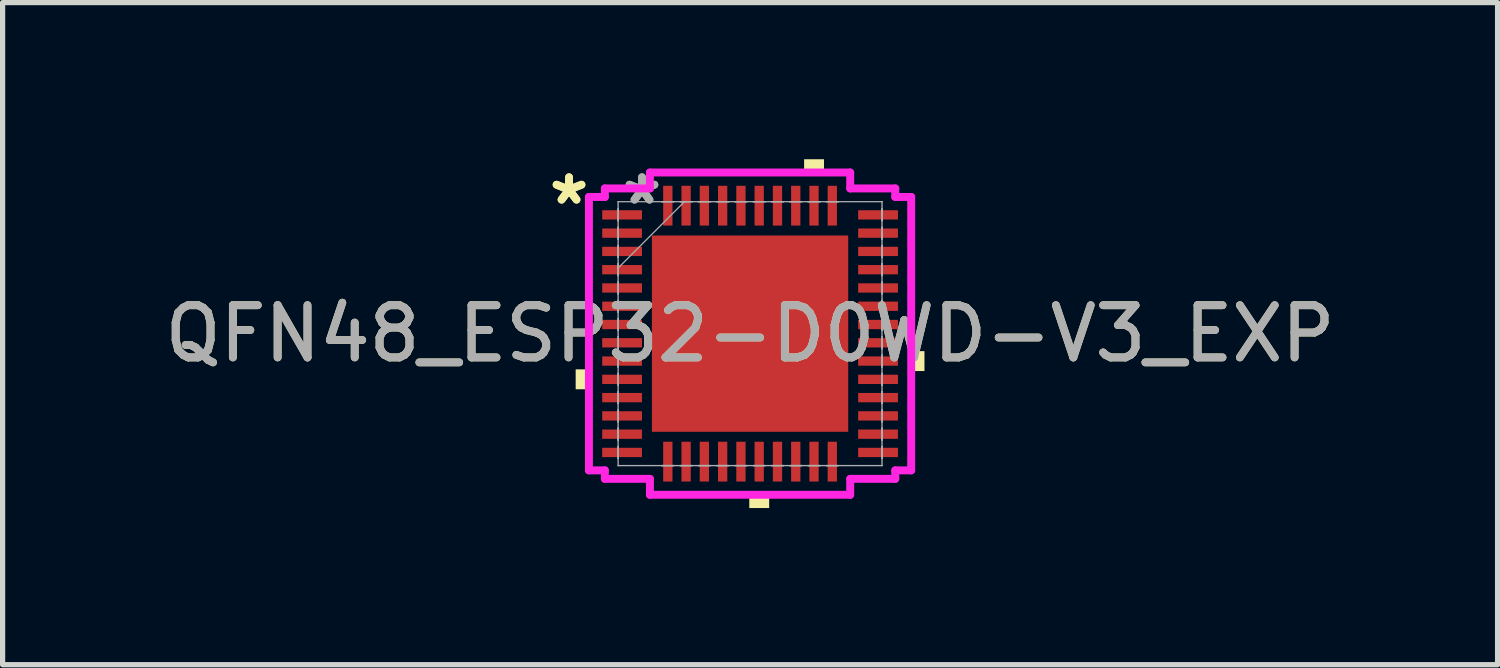
<source format=kicad_pcb>
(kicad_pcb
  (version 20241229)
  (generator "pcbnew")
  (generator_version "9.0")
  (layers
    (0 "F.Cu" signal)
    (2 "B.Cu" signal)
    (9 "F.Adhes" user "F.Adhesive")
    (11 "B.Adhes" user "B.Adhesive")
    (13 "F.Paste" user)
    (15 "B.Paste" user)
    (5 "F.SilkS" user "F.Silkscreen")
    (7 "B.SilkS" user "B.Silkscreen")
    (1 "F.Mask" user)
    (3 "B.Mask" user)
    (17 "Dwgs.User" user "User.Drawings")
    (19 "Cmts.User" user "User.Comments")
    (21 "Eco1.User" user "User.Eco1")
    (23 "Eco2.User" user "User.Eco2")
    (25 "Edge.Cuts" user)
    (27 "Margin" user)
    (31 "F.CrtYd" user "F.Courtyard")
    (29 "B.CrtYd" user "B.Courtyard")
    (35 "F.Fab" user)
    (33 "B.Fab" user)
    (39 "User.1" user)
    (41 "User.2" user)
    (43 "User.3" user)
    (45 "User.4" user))
  (footprint "QFN48_ESP32-D0WD-V3_EXP"
    (layer "F.Cu")
    (at 11.315 3.34)
    (property "Reference" "QFN48_ESP32-D0WD-V3_EXP" (at 0 0 0) (unlocked yes) (layer "F.SilkS") (effects (font (size 1 1) (thickness 0.15))))
    (attr smd)
    (fp_poly (pts (xy -3.34 0.684) (xy -3.34 1.065) (xy -3.086 1.065) (xy -3.086 0.684)) (stroke (width 0) (type solid)) (fill yes) (layer "F.SilkS"))
    (fp_poly (pts (xy -0.015 3.086) (xy -0.015 3.34) (xy 0.366 3.34) (xy 0.366 3.086)) (stroke (width 0) (type solid)) (fill yes) (layer "F.SilkS"))
    (fp_poly (pts (xy 1.035 -3.086) (xy 1.035 -3.34) (xy 1.416 -3.34) (xy 1.416 -3.086)) (stroke (width 0) (type solid)) (fill yes) (layer "F.SilkS"))
    (fp_poly (pts (xy 3.34 0.335) (xy 3.34 0.716) (xy 3.086 0.716) (xy 3.086 0.335)) (stroke (width 0) (type solid)) (fill yes) (layer "F.SilkS"))
    (fp_poly (pts (xy -1.78 -1.78) (xy -1.78 -0.1) (xy -0.1 -0.1) (xy -0.1 -1.78)) (stroke (width 0) (type solid)) (fill yes) (layer "F.Paste"))
    (fp_poly (pts (xy -1.78 0.1) (xy -1.78 1.78) (xy -0.1 1.78) (xy -0.1 0.1)) (stroke (width 0) (type solid)) (fill yes) (layer "F.Paste"))
    (fp_poly (pts (xy 0.1 -1.78) (xy 0.1 -0.1) (xy 1.78 -0.1) (xy 1.78 -1.78)) (stroke (width 0) (type solid)) (fill yes) (layer "F.Paste"))
    (fp_poly (pts (xy 0.1 0.1) (xy 0.1 1.78) (xy 1.78 1.78) (xy 1.78 0.1)) (stroke (width 0) (type solid)) (fill yes) (layer "F.Paste"))
    (fp_line (start -3.086 -2.618) (end -2.781 -2.618) (stroke (width 0.152) (type solid)) (layer "F.CrtYd"))
    (fp_line (start -3.086 2.618) (end -3.086 -2.618) (stroke (width 0.152) (type solid)) (layer "F.CrtYd"))
    (fp_line (start -2.781 -2.781) (end -1.918 -2.781) (stroke (width 0.152) (type solid)) (layer "F.CrtYd"))
    (fp_line (start -2.781 -2.618) (end -2.781 -2.781) (stroke (width 0.152) (type solid)) (layer "F.CrtYd"))
    (fp_line (start -2.781 2.618) (end -3.086 2.618) (stroke (width 0.152) (type solid)) (layer "F.CrtYd"))
    (fp_line (start -2.781 2.781) (end -2.781 2.618) (stroke (width 0.152) (type solid)) (layer "F.CrtYd"))
    (fp_line (start -1.918 -3.086) (end 1.918 -3.086) (stroke (width 0.152) (type solid)) (layer "F.CrtYd"))
    (fp_line (start -1.918 -2.781) (end -1.918 -3.086) (stroke (width 0.152) (type solid)) (layer "F.CrtYd"))
    (fp_line (start -1.918 2.781) (end -2.781 2.781) (stroke (width 0.152) (type solid)) (layer "F.CrtYd"))
    (fp_line (start -1.918 3.086) (end -1.918 2.781) (stroke (width 0.152) (type solid)) (layer "F.CrtYd"))
    (fp_line (start 1.918 -3.086) (end 1.918 -2.781) (stroke (width 0.152) (type solid)) (layer "F.CrtYd"))
    (fp_line (start 1.918 -2.781) (end 2.781 -2.781) (stroke (width 0.152) (type solid)) (layer "F.CrtYd"))
    (fp_line (start 1.918 2.781) (end 1.918 3.086) (stroke (width 0.152) (type solid)) (layer "F.CrtYd"))
    (fp_line (start 1.918 3.086) (end -1.918 3.086) (stroke (width 0.152) (type solid)) (layer "F.CrtYd"))
    (fp_line (start 2.781 -2.781) (end 2.781 -2.618) (stroke (width 0.152) (type solid)) (layer "F.CrtYd"))
    (fp_line (start 2.781 -2.618) (end 3.086 -2.618) (stroke (width 0.152) (type solid)) (layer "F.CrtYd"))
    (fp_line (start 2.781 2.618) (end 2.781 2.781) (stroke (width 0.152) (type solid)) (layer "F.CrtYd"))
    (fp_line (start 2.781 2.781) (end 1.918 2.781) (stroke (width 0.152) (type solid)) (layer "F.CrtYd"))
    (fp_line (start 3.086 -2.618) (end 3.086 2.618) (stroke (width 0.152) (type solid)) (layer "F.CrtYd"))
    (fp_line (start 3.086 2.618) (end 2.781 2.618) (stroke (width 0.152) (type solid)) (layer "F.CrtYd"))
    (fp_line (start -2.527 -2.527) (end -2.527 -2.527) (stroke (width 0.025) (type solid)) (layer "F.Fab"))
    (fp_line (start -2.527 -2.527) (end -2.527 2.527) (stroke (width 0.025) (type solid)) (layer "F.Fab"))
    (fp_line (start -2.527 -2.389) (end -2.527 -2.389) (stroke (width 0.025) (type solid)) (layer "F.Fab"))
    (fp_line (start -2.527 -2.389) (end -2.527 -2.161) (stroke (width 0.025) (type solid)) (layer "F.Fab"))
    (fp_line (start -2.527 -2.161) (end -2.527 -2.389) (stroke (width 0.025) (type solid)) (layer "F.Fab"))
    (fp_line (start -2.527 -2.161) (end -2.527 -2.161) (stroke (width 0.025) (type solid)) (layer "F.Fab"))
    (fp_line (start -2.527 -2.039) (end -2.527 -2.039) (stroke (width 0.025) (type solid)) (layer "F.Fab"))
    (fp_line (start -2.527 -2.039) (end -2.527 -1.811) (stroke (width 0.025) (type solid)) (layer "F.Fab"))
    (fp_line (start -2.527 -1.811) (end -2.527 -2.039) (stroke (width 0.025) (type solid)) (layer "F.Fab"))
    (fp_line (start -2.527 -1.811) (end -2.527 -1.811) (stroke (width 0.025) (type solid)) (layer "F.Fab"))
    (fp_line (start -2.527 -1.689) (end -2.527 -1.689) (stroke (width 0.025) (type solid)) (layer "F.Fab"))
    (fp_line (start -2.527 -1.689) (end -2.527 -1.461) (stroke (width 0.025) (type solid)) (layer "F.Fab"))
    (fp_line (start -2.527 -1.461) (end -2.527 -1.689) (stroke (width 0.025) (type solid)) (layer "F.Fab"))
    (fp_line (start -2.527 -1.461) (end -2.527 -1.461) (stroke (width 0.025) (type solid)) (layer "F.Fab"))
    (fp_line (start -2.527 -1.339) (end -2.527 -1.339) (stroke (width 0.025) (type solid)) (layer "F.Fab"))
    (fp_line (start -2.527 -1.339) (end -2.527 -1.111) (stroke (width 0.025) (type solid)) (layer "F.Fab"))
    (fp_line (start -2.527 -1.257) (end -1.257 -2.527) (stroke (width 0.025) (type solid)) (layer "F.Fab"))
    (fp_line (start -2.527 -1.111) (end -2.527 -1.339) (stroke (width 0.025) (type solid)) (layer "F.Fab"))
    (fp_line (start -2.527 -1.111) (end -2.527 -1.111) (stroke (width 0.025) (type solid)) (layer "F.Fab"))
    (fp_line (start -2.527 -0.989) (end -2.527 -0.989) (stroke (width 0.025) (type solid)) (layer "F.Fab"))
    (fp_line (start -2.527 -0.989) (end -2.527 -0.761) (stroke (width 0.025) (type solid)) (layer "F.Fab"))
    (fp_line (start -2.527 -0.761) (end -2.527 -0.989) (stroke (width 0.025) (type solid)) (layer "F.Fab"))
    (fp_line (start -2.527 -0.761) (end -2.527 -0.761) (stroke (width 0.025) (type solid)) (layer "F.Fab"))
    (fp_line (start -2.527 -0.639) (end -2.527 -0.639) (stroke (width 0.025) (type solid)) (layer "F.Fab"))
    (fp_line (start -2.527 -0.639) (end -2.527 -0.411) (stroke (width 0.025) (type solid)) (layer "F.Fab"))
    (fp_line (start -2.527 -0.411) (end -2.527 -0.639) (stroke (width 0.025) (type solid)) (layer "F.Fab"))
    (fp_line (start -2.527 -0.411) (end -2.527 -0.411) (stroke (width 0.025) (type solid)) (layer "F.Fab"))
    (fp_line (start -2.527 -0.289) (end -2.527 -0.289) (stroke (width 0.025) (type solid)) (layer "F.Fab"))
    (fp_line (start -2.527 -0.289) (end -2.527 -0.061) (stroke (width 0.025) (type solid)) (layer "F.Fab"))
    (fp_line (start -2.527 -0.061) (end -2.527 -0.289) (stroke (width 0.025) (type solid)) (layer "F.Fab"))
    (fp_line (start -2.527 -0.061) (end -2.527 -0.061) (stroke (width 0.025) (type solid)) (layer "F.Fab"))
    (fp_line (start -2.527 0.061) (end -2.527 0.061) (stroke (width 0.025) (type solid)) (layer "F.Fab"))
    (fp_line (start -2.527 0.061) (end -2.527 0.289) (stroke (width 0.025) (type solid)) (layer "F.Fab"))
    (fp_line (start -2.527 0.289) (end -2.527 0.061) (stroke (width 0.025) (type solid)) (layer "F.Fab"))
    (fp_line (start -2.527 0.289) (end -2.527 0.289) (stroke (width 0.025) (type solid)) (layer "F.Fab"))
    (fp_line (start -2.527 0.411) (end -2.527 0.411) (stroke (width 0.025) (type solid)) (layer "F.Fab"))
    (fp_line (start -2.527 0.411) (end -2.527 0.639) (stroke (width 0.025) (type solid)) (layer "F.Fab"))
    (fp_line (start -2.527 0.639) (end -2.527 0.411) (stroke (width 0.025) (type solid)) (layer "F.Fab"))
    (fp_line (start -2.527 0.639) (end -2.527 0.639) (stroke (width 0.025) (type solid)) (layer "F.Fab"))
    (fp_line (start -2.527 0.761) (end -2.527 0.761) (stroke (width 0.025) (type solid)) (layer "F.Fab"))
    (fp_line (start -2.527 0.761) (end -2.527 0.989) (stroke (width 0.025) (type solid)) (layer "F.Fab"))
    (fp_line (start -2.527 0.989) (end -2.527 0.761) (stroke (width 0.025) (type solid)) (layer "F.Fab"))
    (fp_line (start -2.527 0.989) (end -2.527 0.989) (stroke (width 0.025) (type solid)) (layer "F.Fab"))
    (fp_line (start -2.527 1.111) (end -2.527 1.111) (stroke (width 0.025) (type solid)) (layer "F.Fab"))
    (fp_line (start -2.527 1.111) (end -2.527 1.339) (stroke (width 0.025) (type solid)) (layer "F.Fab"))
    (fp_line (start -2.527 1.339) (end -2.527 1.111) (stroke (width 0.025) (type solid)) (layer "F.Fab"))
    (fp_line (start -2.527 1.339) (end -2.527 1.339) (stroke (width 0.025) (type solid)) (layer "F.Fab"))
    (fp_line (start -2.527 1.461) (end -2.527 1.461) (stroke (width 0.025) (type solid)) (layer "F.Fab"))
    (fp_line (start -2.527 1.461) (end -2.527 1.689) (stroke (width 0.025) (type solid)) (layer "F.Fab"))
    (fp_line (start -2.527 1.689) (end -2.527 1.461) (stroke (width 0.025) (type solid)) (layer "F.Fab"))
    (fp_line (start -2.527 1.689) (end -2.527 1.689) (stroke (width 0.025) (type solid)) (layer "F.Fab"))
    (fp_line (start -2.527 1.811) (end -2.527 1.811) (stroke (width 0.025) (type solid)) (layer "F.Fab"))
    (fp_line (start -2.527 1.811) (end -2.527 2.039) (stroke (width 0.025) (type solid)) (layer "F.Fab"))
    (fp_line (start -2.527 2.039) (end -2.527 1.811) (stroke (width 0.025) (type solid)) (layer "F.Fab"))
    (fp_line (start -2.527 2.039) (end -2.527 2.039) (stroke (width 0.025) (type solid)) (layer "F.Fab"))
    (fp_line (start -2.527 2.161) (end -2.527 2.161) (stroke (width 0.025) (type solid)) (layer "F.Fab"))
    (fp_line (start -2.527 2.161) (end -2.527 2.389) (stroke (width 0.025) (type solid)) (layer "F.Fab"))
    (fp_line (start -2.527 2.389) (end -2.527 2.161) (stroke (width 0.025) (type solid)) (layer "F.Fab"))
    (fp_line (start -2.527 2.389) (end -2.527 2.389) (stroke (width 0.025) (type solid)) (layer "F.Fab"))
    (fp_line (start -2.527 2.527) (end -2.527 2.527) (stroke (width 0.025) (type solid)) (layer "F.Fab"))
    (fp_line (start -2.527 2.527) (end 2.527 2.527) (stroke (width 0.025) (type solid)) (layer "F.Fab"))
    (fp_line (start -1.689 -2.527) (end -1.689 -2.527) (stroke (width 0.025) (type solid)) (layer "F.Fab"))
    (fp_line (start -1.689 -2.527) (end -1.461 -2.527) (stroke (width 0.025) (type solid)) (layer "F.Fab"))
    (fp_line (start -1.689 2.527) (end -1.689 2.527) (stroke (width 0.025) (type solid)) (layer "F.Fab"))
    (fp_line (start -1.689 2.527) (end -1.461 2.527) (stroke (width 0.025) (type solid)) (layer "F.Fab"))
    (fp_line (start -1.461 -2.527) (end -1.689 -2.527) (stroke (width 0.025) (type solid)) (layer "F.Fab"))
    (fp_line (start -1.461 -2.527) (end -1.461 -2.527) (stroke (width 0.025) (type solid)) (layer "F.Fab"))
    (fp_line (start -1.461 2.527) (end -1.689 2.527) (stroke (width 0.025) (type solid)) (layer "F.Fab"))
    (fp_line (start -1.461 2.527) (end -1.461 2.527) (stroke (width 0.025) (type solid)) (layer "F.Fab"))
    (fp_line (start -1.339 -2.527) (end -1.339 -2.527) (stroke (width 0.025) (type solid)) (layer "F.Fab"))
    (fp_line (start -1.339 -2.527) (end -1.111 -2.527) (stroke (width 0.025) (type solid)) (layer "F.Fab"))
    (fp_line (start -1.339 2.527) (end -1.339 2.527) (stroke (width 0.025) (type solid)) (layer "F.Fab"))
    (fp_line (start -1.339 2.527) (end -1.111 2.527) (stroke (width 0.025) (type solid)) (layer "F.Fab"))
    (fp_line (start -1.111 -2.527) (end -1.339 -2.527) (stroke (width 0.025) (type solid)) (layer "F.Fab"))
    (fp_line (start -1.111 -2.527) (end -1.111 -2.527) (stroke (width 0.025) (type solid)) (layer "F.Fab"))
    (fp_line (start -1.111 2.527) (end -1.339 2.527) (stroke (width 0.025) (type solid)) (layer "F.Fab"))
    (fp_line (start -1.111 2.527) (end -1.111 2.527) (stroke (width 0.025) (type solid)) (layer "F.Fab"))
    (fp_line (start -0.989 -2.527) (end -0.989 -2.527) (stroke (width 0.025) (type solid)) (layer "F.Fab"))
    (fp_line (start -0.989 -2.527) (end -0.761 -2.527) (stroke (width 0.025) (type solid)) (layer "F.Fab"))
    (fp_line (start -0.989 2.527) (end -0.989 2.527) (stroke (width 0.025) (type solid)) (layer "F.Fab"))
    (fp_line (start -0.989 2.527) (end -0.761 2.527) (stroke (width 0.025) (type solid)) (layer "F.Fab"))
    (fp_line (start -0.761 -2.527) (end -0.989 -2.527) (stroke (width 0.025) (type solid)) (layer "F.Fab"))
    (fp_line (start -0.761 -2.527) (end -0.761 -2.527) (stroke (width 0.025) (type solid)) (layer "F.Fab"))
    (fp_line (start -0.761 2.527) (end -0.989 2.527) (stroke (width 0.025) (type solid)) (layer "F.Fab"))
    (fp_line (start -0.761 2.527) (end -0.761 2.527) (stroke (width 0.025) (type solid)) (layer "F.Fab"))
    (fp_line (start -0.639 -2.527) (end -0.639 -2.527) (stroke (width 0.025) (type solid)) (layer "F.Fab"))
    (fp_line (start -0.639 -2.527) (end -0.411 -2.527) (stroke (width 0.025) (type solid)) (layer "F.Fab"))
    (fp_line (start -0.639 2.527) (end -0.639 2.527) (stroke (width 0.025) (type solid)) (layer "F.Fab"))
    (fp_line (start -0.639 2.527) (end -0.411 2.527) (stroke (width 0.025) (type solid)) (layer "F.Fab"))
    (fp_line (start -0.411 -2.527) (end -0.639 -2.527) (stroke (width 0.025) (type solid)) (layer "F.Fab"))
    (fp_line (start -0.411 -2.527) (end -0.411 -2.527) (stroke (width 0.025) (type solid)) (layer "F.Fab"))
    (fp_line (start -0.411 2.527) (end -0.639 2.527) (stroke (width 0.025) (type solid)) (layer "F.Fab"))
    (fp_line (start -0.411 2.527) (end -0.411 2.527) (stroke (width 0.025) (type solid)) (layer "F.Fab"))
    (fp_line (start -0.289 -2.527) (end -0.289 -2.527) (stroke (width 0.025) (type solid)) (layer "F.Fab"))
    (fp_line (start -0.289 -2.527) (end -0.061 -2.527) (stroke (width 0.025) (type solid)) (layer "F.Fab"))
    (fp_line (start -0.289 2.527) (end -0.289 2.527) (stroke (width 0.025) (type solid)) (layer "F.Fab"))
    (fp_line (start -0.289 2.527) (end -0.061 2.527) (stroke (width 0.025) (type solid)) (layer "F.Fab"))
    (fp_line (start -0.061 -2.527) (end -0.289 -2.527) (stroke (width 0.025) (type solid)) (layer "F.Fab"))
    (fp_line (start -0.061 -2.527) (end -0.061 -2.527) (stroke (width 0.025) (type solid)) (layer "F.Fab"))
    (fp_line (start -0.061 2.527) (end -0.289 2.527) (stroke (width 0.025) (type solid)) (layer "F.Fab"))
    (fp_line (start -0.061 2.527) (end -0.061 2.527) (stroke (width 0.025) (type solid)) (layer "F.Fab"))
    (fp_line (start 0.061 -2.527) (end 0.061 -2.527) (stroke (width 0.025) (type solid)) (layer "F.Fab"))
    (fp_line (start 0.061 -2.527) (end 0.289 -2.527) (stroke (width 0.025) (type solid)) (layer "F.Fab"))
    (fp_line (start 0.061 2.527) (end 0.061 2.527) (stroke (width 0.025) (type solid)) (layer "F.Fab"))
    (fp_line (start 0.061 2.527) (end 0.289 2.527) (stroke (width 0.025) (type solid)) (layer "F.Fab"))
    (fp_line (start 0.289 -2.527) (end 0.061 -2.527) (stroke (width 0.025) (type solid)) (layer "F.Fab"))
    (fp_line (start 0.289 -2.527) (end 0.289 -2.527) (stroke (width 0.025) (type solid)) (layer "F.Fab"))
    (fp_line (start 0.289 2.527) (end 0.061 2.527) (stroke (width 0.025) (type solid)) (layer "F.Fab"))
    (fp_line (start 0.289 2.527) (end 0.289 2.527) (stroke (width 0.025) (type solid)) (layer "F.Fab"))
    (fp_line (start 0.411 -2.527) (end 0.411 -2.527) (stroke (width 0.025) (type solid)) (layer "F.Fab"))
    (fp_line (start 0.411 -2.527) (end 0.639 -2.527) (stroke (width 0.025) (type solid)) (layer "F.Fab"))
    (fp_line (start 0.411 2.527) (end 0.411 2.527) (stroke (width 0.025) (type solid)) (layer "F.Fab"))
    (fp_line (start 0.411 2.527) (end 0.639 2.527) (stroke (width 0.025) (type solid)) (layer "F.Fab"))
    (fp_line (start 0.639 -2.527) (end 0.411 -2.527) (stroke (width 0.025) (type solid)) (layer "F.Fab"))
    (fp_line (start 0.639 -2.527) (end 0.639 -2.527) (stroke (width 0.025) (type solid)) (layer "F.Fab"))
    (fp_line (start 0.639 2.527) (end 0.411 2.527) (stroke (width 0.025) (type solid)) (layer "F.Fab"))
    (fp_line (start 0.639 2.527) (end 0.639 2.527) (stroke (width 0.025) (type solid)) (layer "F.Fab"))
    (fp_line (start 0.761 -2.527) (end 0.761 -2.527) (stroke (width 0.025) (type solid)) (layer "F.Fab"))
    (fp_line (start 0.761 -2.527) (end 0.989 -2.527) (stroke (width 0.025) (type solid)) (layer "F.Fab"))
    (fp_line (start 0.761 2.527) (end 0.761 2.527) (stroke (width 0.025) (type solid)) (layer "F.Fab"))
    (fp_line (start 0.761 2.527) (end 0.989 2.527) (stroke (width 0.025) (type solid)) (layer "F.Fab"))
    (fp_line (start 0.989 -2.527) (end 0.761 -2.527) (stroke (width 0.025) (type solid)) (layer "F.Fab"))
    (fp_line (start 0.989 -2.527) (end 0.989 -2.527) (stroke (width 0.025) (type solid)) (layer "F.Fab"))
    (fp_line (start 0.989 2.527) (end 0.761 2.527) (stroke (width 0.025) (type solid)) (layer "F.Fab"))
    (fp_line (start 0.989 2.527) (end 0.989 2.527) (stroke (width 0.025) (type solid)) (layer "F.Fab"))
    (fp_line (start 1.111 -2.527) (end 1.111 -2.527) (stroke (width 0.025) (type solid)) (layer "F.Fab"))
    (fp_line (start 1.111 -2.527) (end 1.339 -2.527) (stroke (width 0.025) (type solid)) (layer "F.Fab"))
    (fp_line (start 1.111 2.527) (end 1.111 2.527) (stroke (width 0.025) (type solid)) (layer "F.Fab"))
    (fp_line (start 1.111 2.527) (end 1.339 2.527) (stroke (width 0.025) (type solid)) (layer "F.Fab"))
    (fp_line (start 1.339 -2.527) (end 1.111 -2.527) (stroke (width 0.025) (type solid)) (layer "F.Fab"))
    (fp_line (start 1.339 -2.527) (end 1.339 -2.527) (stroke (width 0.025) (type solid)) (layer "F.Fab"))
    (fp_line (start 1.339 2.527) (end 1.111 2.527) (stroke (width 0.025) (type solid)) (layer "F.Fab"))
    (fp_line (start 1.339 2.527) (end 1.339 2.527) (stroke (width 0.025) (type solid)) (layer "F.Fab"))
    (fp_line (start 1.461 -2.527) (end 1.461 -2.527) (stroke (width 0.025) (type solid)) (layer "F.Fab"))
    (fp_line (start 1.461 -2.527) (end 1.689 -2.527) (stroke (width 0.025) (type solid)) (layer "F.Fab"))
    (fp_line (start 1.461 2.527) (end 1.461 2.527) (stroke (width 0.025) (type solid)) (layer "F.Fab"))
    (fp_line (start 1.461 2.527) (end 1.689 2.527) (stroke (width 0.025) (type solid)) (layer "F.Fab"))
    (fp_line (start 1.689 -2.527) (end 1.461 -2.527) (stroke (width 0.025) (type solid)) (layer "F.Fab"))
    (fp_line (start 1.689 -2.527) (end 1.689 -2.527) (stroke (width 0.025) (type solid)) (layer "F.Fab"))
    (fp_line (start 1.689 2.527) (end 1.461 2.527) (stroke (width 0.025) (type solid)) (layer "F.Fab"))
    (fp_line (start 1.689 2.527) (end 1.689 2.527) (stroke (width 0.025) (type solid)) (layer "F.Fab"))
    (fp_line (start 2.527 -2.527) (end -2.527 -2.527) (stroke (width 0.025) (type solid)) (layer "F.Fab"))
    (fp_line (start 2.527 -2.527) (end 2.527 -2.527) (stroke (width 0.025) (type solid)) (layer "F.Fab"))
    (fp_line (start 2.527 -2.389) (end 2.527 -2.389) (stroke (width 0.025) (type solid)) (layer "F.Fab"))
    (fp_line (start 2.527 -2.389) (end 2.527 -2.161) (stroke (width 0.025) (type solid)) (layer "F.Fab"))
    (fp_line (start 2.527 -2.161) (end 2.527 -2.389) (stroke (width 0.025) (type solid)) (layer "F.Fab"))
    (fp_line (start 2.527 -2.161) (end 2.527 -2.161) (stroke (width 0.025) (type solid)) (layer "F.Fab"))
    (fp_line (start 2.527 -2.039) (end 2.527 -2.039) (stroke (width 0.025) (type solid)) (layer "F.Fab"))
    (fp_line (start 2.527 -2.039) (end 2.527 -1.811) (stroke (width 0.025) (type solid)) (layer "F.Fab"))
    (fp_line (start 2.527 -1.811) (end 2.527 -2.039) (stroke (width 0.025) (type solid)) (layer "F.Fab"))
    (fp_line (start 2.527 -1.811) (end 2.527 -1.811) (stroke (width 0.025) (type solid)) (layer "F.Fab"))
    (fp_line (start 2.527 -1.689) (end 2.527 -1.689) (stroke (width 0.025) (type solid)) (layer "F.Fab"))
    (fp_line (start 2.527 -1.689) (end 2.527 -1.461) (stroke (width 0.025) (type solid)) (layer "F.Fab"))
    (fp_line (start 2.527 -1.461) (end 2.527 -1.689) (stroke (width 0.025) (type solid)) (layer "F.Fab"))
    (fp_line (start 2.527 -1.461) (end 2.527 -1.461) (stroke (width 0.025) (type solid)) (layer "F.Fab"))
    (fp_line (start 2.527 -1.339) (end 2.527 -1.339) (stroke (width 0.025) (type solid)) (layer "F.Fab"))
    (fp_line (start 2.527 -1.339) (end 2.527 -1.111) (stroke (width 0.025) (type solid)) (layer "F.Fab"))
    (fp_line (start 2.527 -1.111) (end 2.527 -1.339) (stroke (width 0.025) (type solid)) (layer "F.Fab"))
    (fp_line (start 2.527 -1.111) (end 2.527 -1.111) (stroke (width 0.025) (type solid)) (layer "F.Fab"))
    (fp_line (start 2.527 -0.989) (end 2.527 -0.989) (stroke (width 0.025) (type solid)) (layer "F.Fab"))
    (fp_line (start 2.527 -0.989) (end 2.527 -0.761) (stroke (width 0.025) (type solid)) (layer "F.Fab"))
    (fp_line (start 2.527 -0.761) (end 2.527 -0.989) (stroke (width 0.025) (type solid)) (layer "F.Fab"))
    (fp_line (start 2.527 -0.761) (end 2.527 -0.761) (stroke (width 0.025) (type solid)) (layer "F.Fab"))
    (fp_line (start 2.527 -0.639) (end 2.527 -0.639) (stroke (width 0.025) (type solid)) (layer "F.Fab"))
    (fp_line (start 2.527 -0.639) (end 2.527 -0.411) (stroke (width 0.025) (type solid)) (layer "F.Fab"))
    (fp_line (start 2.527 -0.411) (end 2.527 -0.639) (stroke (width 0.025) (type solid)) (layer "F.Fab"))
    (fp_line (start 2.527 -0.411) (end 2.527 -0.411) (stroke (width 0.025) (type solid)) (layer "F.Fab"))
    (fp_line (start 2.527 -0.289) (end 2.527 -0.289) (stroke (width 0.025) (type solid)) (layer "F.Fab"))
    (fp_line (start 2.527 -0.289) (end 2.527 -0.061) (stroke (width 0.025) (type solid)) (layer "F.Fab"))
    (fp_line (start 2.527 -0.061) (end 2.527 -0.289) (stroke (width 0.025) (type solid)) (layer "F.Fab"))
    (fp_line (start 2.527 -0.061) (end 2.527 -0.061) (stroke (width 0.025) (type solid)) (layer "F.Fab"))
    (fp_line (start 2.527 0.061) (end 2.527 0.061) (stroke (width 0.025) (type solid)) (layer "F.Fab"))
    (fp_line (start 2.527 0.061) (end 2.527 0.289) (stroke (width 0.025) (type solid)) (layer "F.Fab"))
    (fp_line (start 2.527 0.289) (end 2.527 0.061) (stroke (width 0.025) (type solid)) (layer "F.Fab"))
    (fp_line (start 2.527 0.289) (end 2.527 0.289) (stroke (width 0.025) (type solid)) (layer "F.Fab"))
    (fp_line (start 2.527 0.411) (end 2.527 0.411) (stroke (width 0.025) (type solid)) (layer "F.Fab"))
    (fp_line (start 2.527 0.411) (end 2.527 0.639) (stroke (width 0.025) (type solid)) (layer "F.Fab"))
    (fp_line (start 2.527 0.639) (end 2.527 0.411) (stroke (width 0.025) (type solid)) (layer "F.Fab"))
    (fp_line (start 2.527 0.639) (end 2.527 0.639) (stroke (width 0.025) (type solid)) (layer "F.Fab"))
    (fp_line (start 2.527 0.761) (end 2.527 0.761) (stroke (width 0.025) (type solid)) (layer "F.Fab"))
    (fp_line (start 2.527 0.761) (end 2.527 0.989) (stroke (width 0.025) (type solid)) (layer "F.Fab"))
    (fp_line (start 2.527 0.989) (end 2.527 0.761) (stroke (width 0.025) (type solid)) (layer "F.Fab"))
    (fp_line (start 2.527 0.989) (end 2.527 0.989) (stroke (width 0.025) (type solid)) (layer "F.Fab"))
    (fp_line (start 2.527 1.111) (end 2.527 1.111) (stroke (width 0.025) (type solid)) (layer "F.Fab"))
    (fp_line (start 2.527 1.111) (end 2.527 1.339) (stroke (width 0.025) (type solid)) (layer "F.Fab"))
    (fp_line (start 2.527 1.339) (end 2.527 1.111) (stroke (width 0.025) (type solid)) (layer "F.Fab"))
    (fp_line (start 2.527 1.339) (end 2.527 1.339) (stroke (width 0.025) (type solid)) (layer "F.Fab"))
    (fp_line (start 2.527 1.461) (end 2.527 1.461) (stroke (width 0.025) (type solid)) (layer "F.Fab"))
    (fp_line (start 2.527 1.461) (end 2.527 1.689) (stroke (width 0.025) (type solid)) (layer "F.Fab"))
    (fp_line (start 2.527 1.689) (end 2.527 1.461) (stroke (width 0.025) (type solid)) (layer "F.Fab"))
    (fp_line (start 2.527 1.689) (end 2.527 1.689) (stroke (width 0.025) (type solid)) (layer "F.Fab"))
    (fp_line (start 2.527 1.811) (end 2.527 1.811) (stroke (width 0.025) (type solid)) (layer "F.Fab"))
    (fp_line (start 2.527 1.811) (end 2.527 2.039) (stroke (width 0.025) (type solid)) (layer "F.Fab"))
    (fp_line (start 2.527 2.039) (end 2.527 1.811) (stroke (width 0.025) (type solid)) (layer "F.Fab"))
    (fp_line (start 2.527 2.039) (end 2.527 2.039) (stroke (width 0.025) (type solid)) (layer "F.Fab"))
    (fp_line (start 2.527 2.161) (end 2.527 2.161) (stroke (width 0.025) (type solid)) (layer "F.Fab"))
    (fp_line (start 2.527 2.161) (end 2.527 2.389) (stroke (width 0.025) (type solid)) (layer "F.Fab"))
    (fp_line (start 2.527 2.389) (end 2.527 2.161) (stroke (width 0.025) (type solid)) (layer "F.Fab"))
    (fp_line (start 2.527 2.389) (end 2.527 2.389) (stroke (width 0.025) (type solid)) (layer "F.Fab"))
    (fp_line (start 2.527 2.527) (end 2.527 -2.527) (stroke (width 0.025) (type solid)) (layer "F.Fab"))
    (fp_line (start 2.527 2.527) (end 2.527 2.527) (stroke (width 0.025) (type solid)) (layer "F.Fab"))
    (fp_text user "*" (at -3.467 -2.45 0) (layer "F.SilkS") (effects (font (size 1 1) (thickness 0.15))))
    (fp_text user "*" (at -3.467 -2.45 0) (unlocked yes) (layer "F.SilkS") (effects (font (size 1 1) (thickness 0.15))))
    (fp_text user "${REFERENCE}" (at 0 0 0) (unlocked yes) (layer "F.Fab") (effects (font (size 1 1) (thickness 0.15))))
    (fp_text user "*" (at -2.07 -2.45 0) (layer "F.Fab") (effects (font (size 1 1) (thickness 0.15))))
    (fp_text user "*" (at -2.07 -2.45 0) (unlocked yes) (layer "F.Fab") (effects (font (size 1 1) (thickness 0.15))))
    (pad "1" smd rect (at -2.451 -2.275 90) (size 0.178 0.762) (layers "F.Cu" "F.Mask" "F.Paste"))
    (pad "2" smd rect (at -2.451 -1.925 90) (size 0.178 0.762) (layers "F.Cu" "F.Mask" "F.Paste"))
    (pad "3" smd rect (at -2.451 -1.575 90) (size 0.178 0.762) (layers "F.Cu" "F.Mask" "F.Paste"))
    (pad "4" smd rect (at -2.451 -1.225 90) (size 0.178 0.762) (layers "F.Cu" "F.Mask" "F.Paste"))
    (pad "5" smd rect (at -2.451 -0.875 90) (size 0.178 0.762) (layers "F.Cu" "F.Mask" "F.Paste"))
    (pad "6" smd rect (at -2.451 -0.525 90) (size 0.178 0.762) (layers "F.Cu" "F.Mask" "F.Paste"))
    (pad "7" smd rect (at -2.451 -0.175 90) (size 0.178 0.762) (layers "F.Cu" "F.Mask" "F.Paste"))
    (pad "8" smd rect (at -2.451 0.175 90) (size 0.178 0.762) (layers "F.Cu" "F.Mask" "F.Paste"))
    (pad "9" smd rect (at -2.451 0.525 90) (size 0.178 0.762) (layers "F.Cu" "F.Mask" "F.Paste"))
    (pad "10" smd rect (at -2.451 0.875 90) (size 0.178 0.762) (layers "F.Cu" "F.Mask" "F.Paste"))
    (pad "11" smd rect (at -2.451 1.225 90) (size 0.178 0.762) (layers "F.Cu" "F.Mask" "F.Paste"))
    (pad "12" smd rect (at -2.451 1.575 90) (size 0.178 0.762) (layers "F.Cu" "F.Mask" "F.Paste"))
    (pad "13" smd rect (at -2.451 1.925 90) (size 0.178 0.762) (layers "F.Cu" "F.Mask" "F.Paste"))
    (pad "14" smd rect (at -2.451 2.275 90) (size 0.178 0.762) (layers "F.Cu" "F.Mask" "F.Paste"))
    (pad "15" smd rect (at -1.575 2.451) (size 0.178 0.762) (layers "F.Cu" "F.Mask" "F.Paste"))
    (pad "16" smd rect (at -1.225 2.451) (size 0.178 0.762) (layers "F.Cu" "F.Mask" "F.Paste"))
    (pad "17" smd rect (at -0.875 2.451) (size 0.178 0.762) (layers "F.Cu" "F.Mask" "F.Paste"))
    (pad "18" smd rect (at -0.525 2.451) (size 0.178 0.762) (layers "F.Cu" "F.Mask" "F.Paste"))
    (pad "19" smd rect (at -0.175 2.451) (size 0.178 0.762) (layers "F.Cu" "F.Mask" "F.Paste"))
    (pad "20" smd rect (at 0.175 2.451) (size 0.178 0.762) (layers "F.Cu" "F.Mask" "F.Paste"))
    (pad "21" smd rect (at 0.525 2.451) (size 0.178 0.762) (layers "F.Cu" "F.Mask" "F.Paste"))
    (pad "22" smd rect (at 0.875 2.451) (size 0.178 0.762) (layers "F.Cu" "F.Mask" "F.Paste"))
    (pad "23" smd rect (at 1.225 2.451) (size 0.178 0.762) (layers "F.Cu" "F.Mask" "F.Paste"))
    (pad "24" smd rect (at 1.575 2.451) (size 0.178 0.762) (layers "F.Cu" "F.Mask" "F.Paste"))
    (pad "25" smd rect (at 2.451 2.275 90) (size 0.178 0.762) (layers "F.Cu" "F.Mask" "F.Paste"))
    (pad "26" smd rect (at 2.451 1.925 90) (size 0.178 0.762) (layers "F.Cu" "F.Mask" "F.Paste"))
    (pad "27" smd rect (at 2.451 1.575 90) (size 0.178 0.762) (layers "F.Cu" "F.Mask" "F.Paste"))
    (pad "28" smd rect (at 2.451 1.225 90) (size 0.178 0.762) (layers "F.Cu" "F.Mask" "F.Paste"))
    (pad "29" smd rect (at 2.451 0.875 90) (size 0.178 0.762) (layers "F.Cu" "F.Mask" "F.Paste"))
    (pad "30" smd rect (at 2.451 0.525 90) (size 0.178 0.762) (layers "F.Cu" "F.Mask" "F.Paste"))
    (pad "31" smd rect (at 2.451 0.175 90) (size 0.178 0.762) (layers "F.Cu" "F.Mask" "F.Paste"))
    (pad "32" smd rect (at 2.451 -0.175 90) (size 0.178 0.762) (layers "F.Cu" "F.Mask" "F.Paste"))
    (pad "33" smd rect (at 2.451 -0.525 90) (size 0.178 0.762) (layers "F.Cu" "F.Mask" "F.Paste"))
    (pad "34" smd rect (at 2.451 -0.875 90) (size 0.178 0.762) (layers "F.Cu" "F.Mask" "F.Paste"))
    (pad "35" smd rect (at 2.451 -1.225 90) (size 0.178 0.762) (layers "F.Cu" "F.Mask" "F.Paste"))
    (pad "36" smd rect (at 2.451 -1.575 90) (size 0.178 0.762) (layers "F.Cu" "F.Mask" "F.Paste"))
    (pad "37" smd rect (at 2.451 -1.925 90) (size 0.178 0.762) (layers "F.Cu" "F.Mask" "F.Paste"))
    (pad "38" smd rect (at 2.451 -2.275 90) (size 0.178 0.762) (layers "F.Cu" "F.Mask" "F.Paste"))
    (pad "39" smd rect (at 1.575 -2.451) (size 0.178 0.762) (layers "F.Cu" "F.Mask" "F.Paste"))
    (pad "40" smd rect (at 1.225 -2.451) (size 0.178 0.762) (layers "F.Cu" "F.Mask" "F.Paste"))
    (pad "41" smd rect (at 0.875 -2.451) (size 0.178 0.762) (layers "F.Cu" "F.Mask" "F.Paste"))
    (pad "42" smd rect (at 0.525 -2.451) (size 0.178 0.762) (layers "F.Cu" "F.Mask" "F.Paste"))
    (pad "43" smd rect (at 0.175 -2.451) (size 0.178 0.762) (layers "F.Cu" "F.Mask" "F.Paste"))
    (pad "44" smd rect (at -0.175 -2.451) (size 0.178 0.762) (layers "F.Cu" "F.Mask" "F.Paste"))
    (pad "45" smd rect (at -0.525 -2.451) (size 0.178 0.762) (layers "F.Cu" "F.Mask" "F.Paste"))
    (pad "46" smd rect (at -0.875 -2.451) (size 0.178 0.762) (layers "F.Cu" "F.Mask" "F.Paste"))
    (pad "47" smd rect (at -1.225 -2.451) (size 0.178 0.762) (layers "F.Cu" "F.Mask" "F.Paste"))
    (pad "48" smd rect (at -1.575 -2.451) (size 0.178 0.762) (layers "F.Cu" "F.Mask" "F.Paste"))
    (pad "49" smd rect (at 0 0) (size 3.759 3.759) (layers "F.Cu" "F.Mask")))
  (gr_rect
    (start -3 -3)
    (end 25.631 9.68)
    (stroke (width 0.1) (type default))
    (fill no)
    (layer "Edge.Cuts")))
</source>
